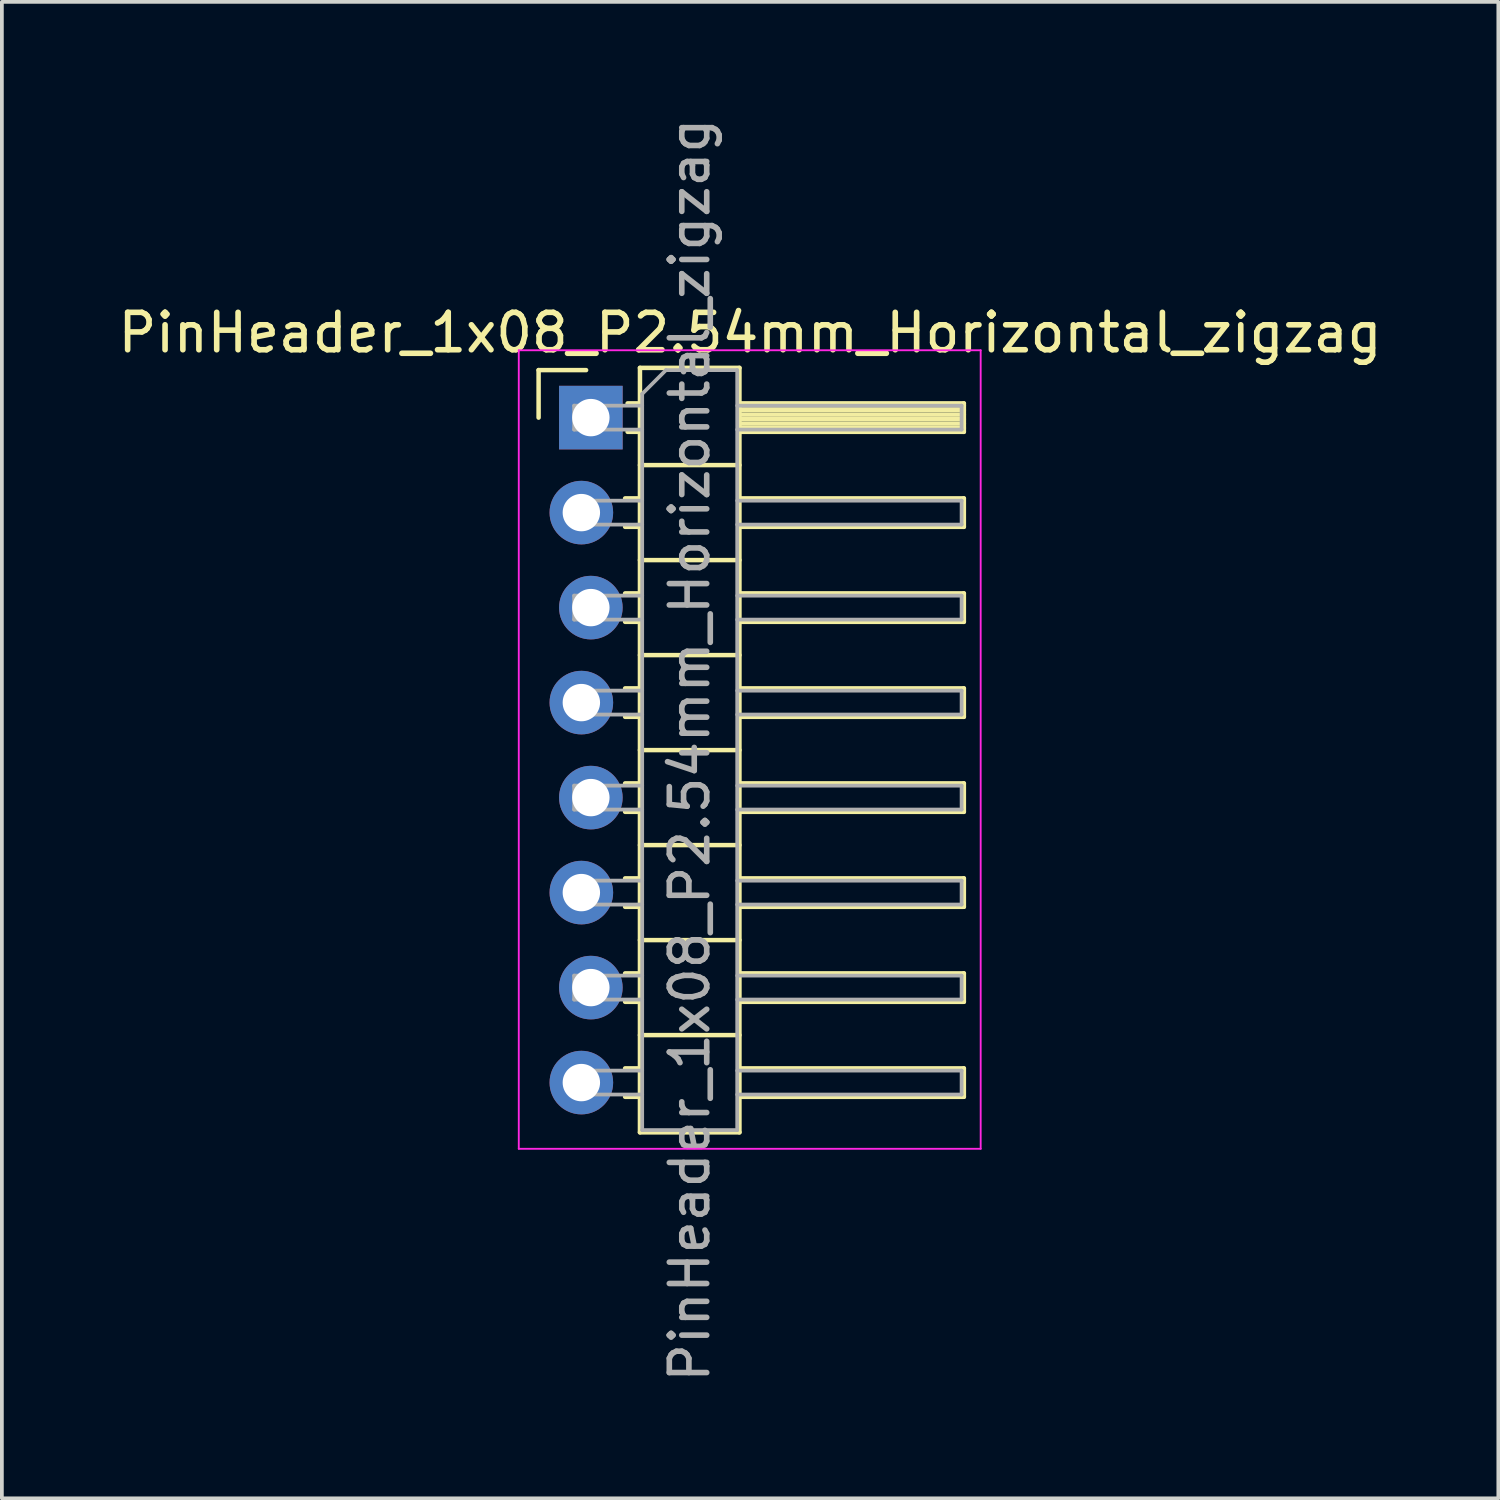
<source format=kicad_pcb>
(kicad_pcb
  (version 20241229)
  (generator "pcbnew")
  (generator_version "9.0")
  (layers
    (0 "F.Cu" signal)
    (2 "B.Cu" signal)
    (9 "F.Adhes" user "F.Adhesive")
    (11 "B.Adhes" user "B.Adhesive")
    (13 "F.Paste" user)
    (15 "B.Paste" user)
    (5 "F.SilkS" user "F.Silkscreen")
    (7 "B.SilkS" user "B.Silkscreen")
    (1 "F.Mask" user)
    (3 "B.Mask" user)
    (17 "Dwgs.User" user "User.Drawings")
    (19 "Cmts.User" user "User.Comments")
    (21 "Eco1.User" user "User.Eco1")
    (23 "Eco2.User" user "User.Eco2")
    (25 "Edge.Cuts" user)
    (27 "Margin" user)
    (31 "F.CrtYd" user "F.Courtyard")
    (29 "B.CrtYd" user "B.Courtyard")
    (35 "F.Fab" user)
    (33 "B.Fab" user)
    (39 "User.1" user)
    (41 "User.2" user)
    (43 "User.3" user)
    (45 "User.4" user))
  (footprint "PinHeader_1x08_P2.54mm_Horizontal_zigzag"
    (layer "F.Cu")
    (at 12.621 8.116)
    (property "Reference" "PinHeader_1x08_P2.54mm_Horizontal_zigzag" (at 4.385 -2.27 0) (layer "F.SilkS") (effects (font (size 1 1) (thickness 0.15))))
    (attr through_hole)
    (fp_line (start -1.27 -1.27) (end 0 -1.27) (stroke (width 0.12) (type solid)) (layer "F.SilkS"))
    (fp_line (start -1.27 0) (end -1.27 -1.27) (stroke (width 0.12) (type solid)) (layer "F.SilkS"))
    (fp_line (start 1.043 2.16) (end 1.44 2.16) (stroke (width 0.12) (type solid)) (layer "F.SilkS"))
    (fp_line (start 1.043 2.92) (end 1.44 2.92) (stroke (width 0.12) (type solid)) (layer "F.SilkS"))
    (fp_line (start 1.043 4.7) (end 1.44 4.7) (stroke (width 0.12) (type solid)) (layer "F.SilkS"))
    (fp_line (start 1.043 5.46) (end 1.44 5.46) (stroke (width 0.12) (type solid)) (layer "F.SilkS"))
    (fp_line (start 1.043 7.24) (end 1.44 7.24) (stroke (width 0.12) (type solid)) (layer "F.SilkS"))
    (fp_line (start 1.043 8) (end 1.44 8) (stroke (width 0.12) (type solid)) (layer "F.SilkS"))
    (fp_line (start 1.043 9.78) (end 1.44 9.78) (stroke (width 0.12) (type solid)) (layer "F.SilkS"))
    (fp_line (start 1.043 10.54) (end 1.44 10.54) (stroke (width 0.12) (type solid)) (layer "F.SilkS"))
    (fp_line (start 1.043 12.32) (end 1.44 12.32) (stroke (width 0.12) (type solid)) (layer "F.SilkS"))
    (fp_line (start 1.043 13.08) (end 1.44 13.08) (stroke (width 0.12) (type solid)) (layer "F.SilkS"))
    (fp_line (start 1.043 14.86) (end 1.44 14.86) (stroke (width 0.12) (type solid)) (layer "F.SilkS"))
    (fp_line (start 1.043 15.62) (end 1.44 15.62) (stroke (width 0.12) (type solid)) (layer "F.SilkS"))
    (fp_line (start 1.043 17.4) (end 1.44 17.4) (stroke (width 0.12) (type solid)) (layer "F.SilkS"))
    (fp_line (start 1.043 18.16) (end 1.44 18.16) (stroke (width 0.12) (type solid)) (layer "F.SilkS"))
    (fp_line (start 1.11 -0.38) (end 1.44 -0.38) (stroke (width 0.12) (type solid)) (layer "F.SilkS"))
    (fp_line (start 1.11 0.38) (end 1.44 0.38) (stroke (width 0.12) (type solid)) (layer "F.SilkS"))
    (fp_line (start 1.44 -1.33) (end 1.44 19.11) (stroke (width 0.12) (type solid)) (layer "F.SilkS"))
    (fp_line (start 1.44 1.27) (end 4.1 1.27) (stroke (width 0.12) (type solid)) (layer "F.SilkS"))
    (fp_line (start 1.44 3.81) (end 4.1 3.81) (stroke (width 0.12) (type solid)) (layer "F.SilkS"))
    (fp_line (start 1.44 6.35) (end 4.1 6.35) (stroke (width 0.12) (type solid)) (layer "F.SilkS"))
    (fp_line (start 1.44 8.89) (end 4.1 8.89) (stroke (width 0.12) (type solid)) (layer "F.SilkS"))
    (fp_line (start 1.44 11.43) (end 4.1 11.43) (stroke (width 0.12) (type solid)) (layer "F.SilkS"))
    (fp_line (start 1.44 13.97) (end 4.1 13.97) (stroke (width 0.12) (type solid)) (layer "F.SilkS"))
    (fp_line (start 1.44 16.51) (end 4.1 16.51) (stroke (width 0.12) (type solid)) (layer "F.SilkS"))
    (fp_line (start 1.44 19.11) (end 4.1 19.11) (stroke (width 0.12) (type solid)) (layer "F.SilkS"))
    (fp_line (start 4.1 -1.33) (end 1.44 -1.33) (stroke (width 0.12) (type solid)) (layer "F.SilkS"))
    (fp_line (start 4.1 -0.38) (end 10.1 -0.38) (stroke (width 0.12) (type solid)) (layer "F.SilkS"))
    (fp_line (start 4.1 -0.32) (end 10.1 -0.32) (stroke (width 0.12) (type solid)) (layer "F.SilkS"))
    (fp_line (start 4.1 -0.2) (end 10.1 -0.2) (stroke (width 0.12) (type solid)) (layer "F.SilkS"))
    (fp_line (start 4.1 -0.08) (end 10.1 -0.08) (stroke (width 0.12) (type solid)) (layer "F.SilkS"))
    (fp_line (start 4.1 0.04) (end 10.1 0.04) (stroke (width 0.12) (type solid)) (layer "F.SilkS"))
    (fp_line (start 4.1 0.16) (end 10.1 0.16) (stroke (width 0.12) (type solid)) (layer "F.SilkS"))
    (fp_line (start 4.1 0.28) (end 10.1 0.28) (stroke (width 0.12) (type solid)) (layer "F.SilkS"))
    (fp_line (start 4.1 2.16) (end 10.1 2.16) (stroke (width 0.12) (type solid)) (layer "F.SilkS"))
    (fp_line (start 4.1 4.7) (end 10.1 4.7) (stroke (width 0.12) (type solid)) (layer "F.SilkS"))
    (fp_line (start 4.1 7.24) (end 10.1 7.24) (stroke (width 0.12) (type solid)) (layer "F.SilkS"))
    (fp_line (start 4.1 9.78) (end 10.1 9.78) (stroke (width 0.12) (type solid)) (layer "F.SilkS"))
    (fp_line (start 4.1 12.32) (end 10.1 12.32) (stroke (width 0.12) (type solid)) (layer "F.SilkS"))
    (fp_line (start 4.1 14.86) (end 10.1 14.86) (stroke (width 0.12) (type solid)) (layer "F.SilkS"))
    (fp_line (start 4.1 17.4) (end 10.1 17.4) (stroke (width 0.12) (type solid)) (layer "F.SilkS"))
    (fp_line (start 4.1 19.11) (end 4.1 -1.33) (stroke (width 0.12) (type solid)) (layer "F.SilkS"))
    (fp_line (start 10.1 -0.38) (end 10.1 0.38) (stroke (width 0.12) (type solid)) (layer "F.SilkS"))
    (fp_line (start 10.1 0.38) (end 4.1 0.38) (stroke (width 0.12) (type solid)) (layer "F.SilkS"))
    (fp_line (start 10.1 2.16) (end 10.1 2.92) (stroke (width 0.12) (type solid)) (layer "F.SilkS"))
    (fp_line (start 10.1 2.92) (end 4.1 2.92) (stroke (width 0.12) (type solid)) (layer "F.SilkS"))
    (fp_line (start 10.1 4.7) (end 10.1 5.46) (stroke (width 0.12) (type solid)) (layer "F.SilkS"))
    (fp_line (start 10.1 5.46) (end 4.1 5.46) (stroke (width 0.12) (type solid)) (layer "F.SilkS"))
    (fp_line (start 10.1 7.24) (end 10.1 8) (stroke (width 0.12) (type solid)) (layer "F.SilkS"))
    (fp_line (start 10.1 8) (end 4.1 8) (stroke (width 0.12) (type solid)) (layer "F.SilkS"))
    (fp_line (start 10.1 9.78) (end 10.1 10.54) (stroke (width 0.12) (type solid)) (layer "F.SilkS"))
    (fp_line (start 10.1 10.54) (end 4.1 10.54) (stroke (width 0.12) (type solid)) (layer "F.SilkS"))
    (fp_line (start 10.1 12.32) (end 10.1 13.08) (stroke (width 0.12) (type solid)) (layer "F.SilkS"))
    (fp_line (start 10.1 13.08) (end 4.1 13.08) (stroke (width 0.12) (type solid)) (layer "F.SilkS"))
    (fp_line (start 10.1 14.86) (end 10.1 15.62) (stroke (width 0.12) (type solid)) (layer "F.SilkS"))
    (fp_line (start 10.1 15.62) (end 4.1 15.62) (stroke (width 0.12) (type solid)) (layer "F.SilkS"))
    (fp_line (start 10.1 17.4) (end 10.1 18.16) (stroke (width 0.12) (type solid)) (layer "F.SilkS"))
    (fp_line (start 10.1 18.16) (end 4.1 18.16) (stroke (width 0.12) (type solid)) (layer "F.SilkS"))
    (fp_line (start -1.8 -1.8) (end -1.8 19.55) (stroke (width 0.05) (type solid)) (layer "F.CrtYd"))
    (fp_line (start -1.8 19.55) (end 10.55 19.55) (stroke (width 0.05) (type solid)) (layer "F.CrtYd"))
    (fp_line (start 10.55 -1.8) (end -1.8 -1.8) (stroke (width 0.05) (type solid)) (layer "F.CrtYd"))
    (fp_line (start 10.55 19.55) (end 10.55 -1.8) (stroke (width 0.05) (type solid)) (layer "F.CrtYd"))
    (fp_line (start -0.32 -0.32) (end -0.32 0.32) (stroke (width 0.1) (type solid)) (layer "F.Fab"))
    (fp_line (start -0.32 -0.32) (end 1.5 -0.32) (stroke (width 0.1) (type solid)) (layer "F.Fab"))
    (fp_line (start -0.32 0.32) (end 1.5 0.32) (stroke (width 0.1) (type solid)) (layer "F.Fab"))
    (fp_line (start -0.32 2.22) (end -0.32 2.86) (stroke (width 0.1) (type solid)) (layer "F.Fab"))
    (fp_line (start -0.32 2.22) (end 1.5 2.22) (stroke (width 0.1) (type solid)) (layer "F.Fab"))
    (fp_line (start -0.32 2.86) (end 1.5 2.86) (stroke (width 0.1) (type solid)) (layer "F.Fab"))
    (fp_line (start -0.32 4.76) (end -0.32 5.4) (stroke (width 0.1) (type solid)) (layer "F.Fab"))
    (fp_line (start -0.32 4.76) (end 1.5 4.76) (stroke (width 0.1) (type solid)) (layer "F.Fab"))
    (fp_line (start -0.32 5.4) (end 1.5 5.4) (stroke (width 0.1) (type solid)) (layer "F.Fab"))
    (fp_line (start -0.32 7.3) (end -0.32 7.94) (stroke (width 0.1) (type solid)) (layer "F.Fab"))
    (fp_line (start -0.32 7.3) (end 1.5 7.3) (stroke (width 0.1) (type solid)) (layer "F.Fab"))
    (fp_line (start -0.32 7.94) (end 1.5 7.94) (stroke (width 0.1) (type solid)) (layer "F.Fab"))
    (fp_line (start -0.32 9.84) (end -0.32 10.48) (stroke (width 0.1) (type solid)) (layer "F.Fab"))
    (fp_line (start -0.32 9.84) (end 1.5 9.84) (stroke (width 0.1) (type solid)) (layer "F.Fab"))
    (fp_line (start -0.32 10.48) (end 1.5 10.48) (stroke (width 0.1) (type solid)) (layer "F.Fab"))
    (fp_line (start -0.32 12.38) (end -0.32 13.02) (stroke (width 0.1) (type solid)) (layer "F.Fab"))
    (fp_line (start -0.32 12.38) (end 1.5 12.38) (stroke (width 0.1) (type solid)) (layer "F.Fab"))
    (fp_line (start -0.32 13.02) (end 1.5 13.02) (stroke (width 0.1) (type solid)) (layer "F.Fab"))
    (fp_line (start -0.32 14.92) (end -0.32 15.56) (stroke (width 0.1) (type solid)) (layer "F.Fab"))
    (fp_line (start -0.32 14.92) (end 1.5 14.92) (stroke (width 0.1) (type solid)) (layer "F.Fab"))
    (fp_line (start -0.32 15.56) (end 1.5 15.56) (stroke (width 0.1) (type solid)) (layer "F.Fab"))
    (fp_line (start -0.32 17.46) (end -0.32 18.1) (stroke (width 0.1) (type solid)) (layer "F.Fab"))
    (fp_line (start -0.32 17.46) (end 1.5 17.46) (stroke (width 0.1) (type solid)) (layer "F.Fab"))
    (fp_line (start -0.32 18.1) (end 1.5 18.1) (stroke (width 0.1) (type solid)) (layer "F.Fab"))
    (fp_line (start 1.5 -0.635) (end 2.135 -1.27) (stroke (width 0.1) (type solid)) (layer "F.Fab"))
    (fp_line (start 1.5 19.05) (end 1.5 -0.635) (stroke (width 0.1) (type solid)) (layer "F.Fab"))
    (fp_line (start 2.135 -1.27) (end 4.04 -1.27) (stroke (width 0.1) (type solid)) (layer "F.Fab"))
    (fp_line (start 4.04 -1.27) (end 4.04 19.05) (stroke (width 0.1) (type solid)) (layer "F.Fab"))
    (fp_line (start 4.04 -0.32) (end 10.04 -0.32) (stroke (width 0.1) (type solid)) (layer "F.Fab"))
    (fp_line (start 4.04 0.32) (end 10.04 0.32) (stroke (width 0.1) (type solid)) (layer "F.Fab"))
    (fp_line (start 4.04 2.22) (end 10.04 2.22) (stroke (width 0.1) (type solid)) (layer "F.Fab"))
    (fp_line (start 4.04 2.86) (end 10.04 2.86) (stroke (width 0.1) (type solid)) (layer "F.Fab"))
    (fp_line (start 4.04 4.76) (end 10.04 4.76) (stroke (width 0.1) (type solid)) (layer "F.Fab"))
    (fp_line (start 4.04 5.4) (end 10.04 5.4) (stroke (width 0.1) (type solid)) (layer "F.Fab"))
    (fp_line (start 4.04 7.3) (end 10.04 7.3) (stroke (width 0.1) (type solid)) (layer "F.Fab"))
    (fp_line (start 4.04 7.94) (end 10.04 7.94) (stroke (width 0.1) (type solid)) (layer "F.Fab"))
    (fp_line (start 4.04 9.84) (end 10.04 9.84) (stroke (width 0.1) (type solid)) (layer "F.Fab"))
    (fp_line (start 4.04 10.48) (end 10.04 10.48) (stroke (width 0.1) (type solid)) (layer "F.Fab"))
    (fp_line (start 4.04 12.38) (end 10.04 12.38) (stroke (width 0.1) (type solid)) (layer "F.Fab"))
    (fp_line (start 4.04 13.02) (end 10.04 13.02) (stroke (width 0.1) (type solid)) (layer "F.Fab"))
    (fp_line (start 4.04 14.92) (end 10.04 14.92) (stroke (width 0.1) (type solid)) (layer "F.Fab"))
    (fp_line (start 4.04 15.56) (end 10.04 15.56) (stroke (width 0.1) (type solid)) (layer "F.Fab"))
    (fp_line (start 4.04 17.46) (end 10.04 17.46) (stroke (width 0.1) (type solid)) (layer "F.Fab"))
    (fp_line (start 4.04 18.1) (end 10.04 18.1) (stroke (width 0.1) (type solid)) (layer "F.Fab"))
    (fp_line (start 4.04 19.05) (end 1.5 19.05) (stroke (width 0.1) (type solid)) (layer "F.Fab"))
    (fp_line (start 10.04 -0.32) (end 10.04 0.32) (stroke (width 0.1) (type solid)) (layer "F.Fab"))
    (fp_line (start 10.04 2.22) (end 10.04 2.86) (stroke (width 0.1) (type solid)) (layer "F.Fab"))
    (fp_line (start 10.04 4.76) (end 10.04 5.4) (stroke (width 0.1) (type solid)) (layer "F.Fab"))
    (fp_line (start 10.04 7.3) (end 10.04 7.94) (stroke (width 0.1) (type solid)) (layer "F.Fab"))
    (fp_line (start 10.04 9.84) (end 10.04 10.48) (stroke (width 0.1) (type solid)) (layer "F.Fab"))
    (fp_line (start 10.04 12.38) (end 10.04 13.02) (stroke (width 0.1) (type solid)) (layer "F.Fab"))
    (fp_line (start 10.04 14.92) (end 10.04 15.56) (stroke (width 0.1) (type solid)) (layer "F.Fab"))
    (fp_line (start 10.04 17.46) (end 10.04 18.1) (stroke (width 0.1) (type solid)) (layer "F.Fab"))
    (fp_text user "${REFERENCE}" (at 2.77 8.89 90) (layer "F.Fab") (effects (font (size 1 1) (thickness 0.15))))
    (pad "1" thru_hole rect (at 0.127 0) (size 1.7 1.7) (drill 1) (layers "*.Cu" "*.Mask"))
    (pad "2" thru_hole oval (at -0.127 2.54) (size 1.7 1.7) (drill 1) (layers "*.Cu" "*.Mask"))
    (pad "3" thru_hole oval (at 0.127 5.08) (size 1.7 1.7) (drill 1) (layers "*.Cu" "*.Mask"))
    (pad "4" thru_hole oval (at -0.127 7.62) (size 1.7 1.7) (drill 1) (layers "*.Cu" "*.Mask"))
    (pad "5" thru_hole oval (at 0.127 10.16) (size 1.7 1.7) (drill 1) (layers "*.Cu" "*.Mask"))
    (pad "6" thru_hole oval (at -0.127 12.7) (size 1.7 1.7) (drill 1) (layers "*.Cu" "*.Mask"))
    (pad "7" thru_hole oval (at 0.127 15.24) (size 1.7 1.7) (drill 1) (layers "*.Cu" "*.Mask"))
    (pad "8" thru_hole oval (at -0.127 17.78) (size 1.7 1.7) (drill 1) (layers "*.Cu" "*.Mask")))
  (gr_rect
    (start -3 -3)
    (end 37.012 37.012)
    (stroke (width 0.1) (type default))
    (fill no)
    (layer "Edge.Cuts")))
</source>
